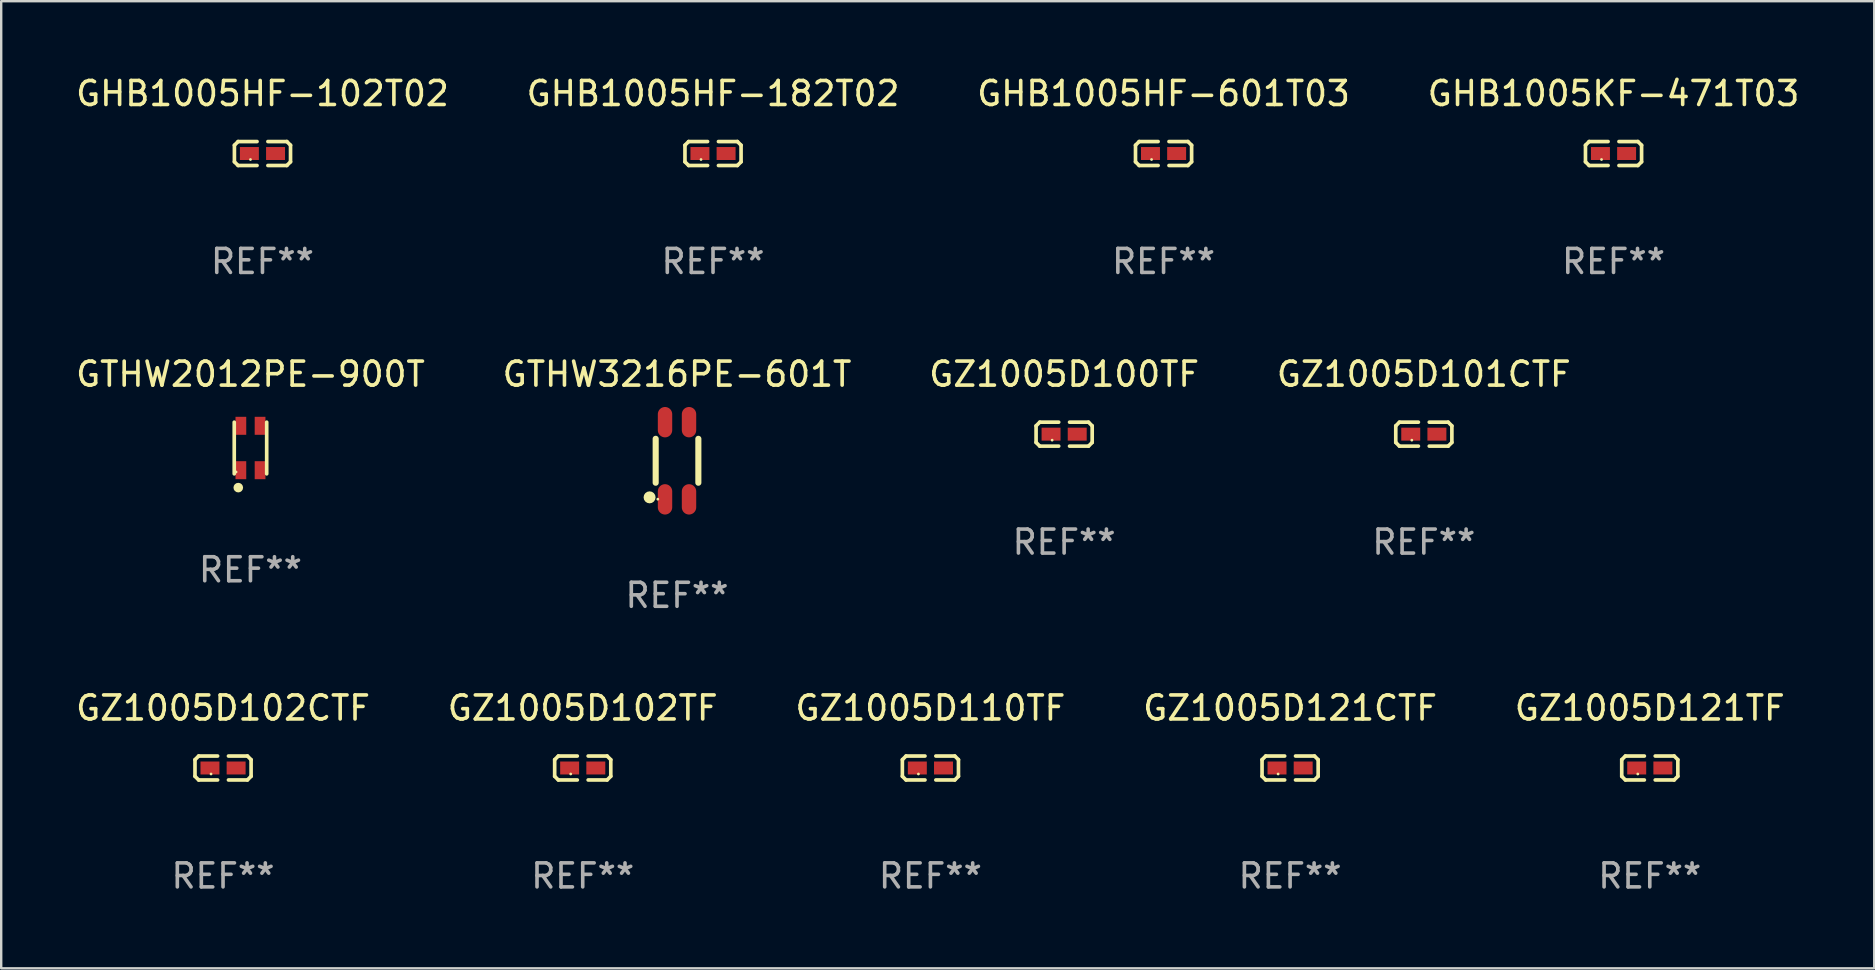
<source format=kicad_pcb>
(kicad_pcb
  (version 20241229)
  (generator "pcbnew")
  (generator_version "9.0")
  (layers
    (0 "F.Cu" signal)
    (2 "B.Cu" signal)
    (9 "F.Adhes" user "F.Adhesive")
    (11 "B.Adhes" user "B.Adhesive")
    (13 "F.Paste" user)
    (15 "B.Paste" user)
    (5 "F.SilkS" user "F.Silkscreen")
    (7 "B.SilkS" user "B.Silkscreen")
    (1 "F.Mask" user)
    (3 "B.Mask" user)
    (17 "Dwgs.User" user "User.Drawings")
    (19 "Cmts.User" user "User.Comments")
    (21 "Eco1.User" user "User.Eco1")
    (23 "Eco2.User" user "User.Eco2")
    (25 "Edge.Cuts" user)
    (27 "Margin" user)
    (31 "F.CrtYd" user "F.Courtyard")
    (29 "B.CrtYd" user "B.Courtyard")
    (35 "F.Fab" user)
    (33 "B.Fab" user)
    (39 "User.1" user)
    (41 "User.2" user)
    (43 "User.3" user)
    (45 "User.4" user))
  (footprint "GHB1005HF-102T02"
    (layer "F.Cu")
    (at 7.887 3.347)
    (property "Reference" "GHB1005HF-102T02" (at 0 -2.499 0) (layer "F.SilkS") (effects (font (size 1 1) (thickness 0.15))))
    (attr through_hole)
    (fp_line (start -1.169 -0.346) (end -1.016 -0.499) (stroke (width 0.152) (type solid)) (layer "F.SilkS"))
    (fp_line (start -1.169 0.346) (end -1.169 -0.346) (stroke (width 0.152) (type solid)) (layer "F.SilkS"))
    (fp_line (start -1.016 -0.499) (end -0.226 -0.499) (stroke (width 0.152) (type solid)) (layer "F.SilkS"))
    (fp_line (start -1.016 0.499) (end -1.169 0.346) (stroke (width 0.152) (type solid)) (layer "F.SilkS"))
    (fp_line (start -0.226 0.499) (end -1.016 0.499) (stroke (width 0.152) (type solid)) (layer "F.SilkS"))
    (fp_line (start 0.226 0.499) (end 1.016 0.499) (stroke (width 0.152) (type solid)) (layer "F.SilkS"))
    (fp_line (start 1.016 -0.499) (end 0.226 -0.499) (stroke (width 0.152) (type solid)) (layer "F.SilkS"))
    (fp_line (start 1.016 0.499) (end 1.169 0.346) (stroke (width 0.152) (type solid)) (layer "F.SilkS"))
    (fp_line (start 1.169 -0.346) (end 1.016 -0.499) (stroke (width 0.152) (type solid)) (layer "F.SilkS"))
    (fp_line (start 1.169 0.346) (end 1.169 -0.346) (stroke (width 0.152) (type solid)) (layer "F.SilkS"))
    (fp_circle (center -0.5 0.25) (end -0.47 0.25) (stroke (width 0.06) (type solid)) (fill no) (layer "F.SilkS"))
    (fp_text user "REF**" (at 0 4.499 0) (layer "F.Fab") (effects (font (size 1 1) (thickness 0.15))))
    (pad "1" smd rect (at -0.545 0) (size 0.79 0.54) (layers "F.Cu" "F.Mask" "F.Paste"))
    (pad "2" smd rect (at 0.545 0) (size 0.79 0.54) (layers "F.Cu" "F.Mask" "F.Paste")))
  (footprint "GHB1005HF-601T03"
    (layer "F.Cu")
    (at 45.435 3.347)
    (property "Reference" "GHB1005HF-601T03" (at 0 -2.499 0) (layer "F.SilkS") (effects (font (size 1 1) (thickness 0.15))))
    (attr through_hole)
    (fp_line (start -1.169 -0.346) (end -1.016 -0.499) (stroke (width 0.152) (type solid)) (layer "F.SilkS"))
    (fp_line (start -1.169 0.346) (end -1.169 -0.346) (stroke (width 0.152) (type solid)) (layer "F.SilkS"))
    (fp_line (start -1.016 -0.499) (end -0.226 -0.499) (stroke (width 0.152) (type solid)) (layer "F.SilkS"))
    (fp_line (start -1.016 0.499) (end -1.169 0.346) (stroke (width 0.152) (type solid)) (layer "F.SilkS"))
    (fp_line (start -0.226 0.499) (end -1.016 0.499) (stroke (width 0.152) (type solid)) (layer "F.SilkS"))
    (fp_line (start 0.226 0.499) (end 1.016 0.499) (stroke (width 0.152) (type solid)) (layer "F.SilkS"))
    (fp_line (start 1.016 -0.499) (end 0.226 -0.499) (stroke (width 0.152) (type solid)) (layer "F.SilkS"))
    (fp_line (start 1.016 0.499) (end 1.169 0.346) (stroke (width 0.152) (type solid)) (layer "F.SilkS"))
    (fp_line (start 1.169 -0.346) (end 1.016 -0.499) (stroke (width 0.152) (type solid)) (layer "F.SilkS"))
    (fp_line (start 1.169 0.346) (end 1.169 -0.346) (stroke (width 0.152) (type solid)) (layer "F.SilkS"))
    (fp_circle (center -0.5 0.25) (end -0.47 0.25) (stroke (width 0.06) (type solid)) (fill no) (layer "F.SilkS"))
    (fp_text user "REF**" (at 0 4.499 0) (layer "F.Fab") (effects (font (size 1 1) (thickness 0.15))))
    (pad "1" smd rect (at -0.545 0) (size 0.79 0.54) (layers "F.Cu" "F.Mask" "F.Paste"))
    (pad "2" smd rect (at 0.545 0) (size 0.79 0.54) (layers "F.Cu" "F.Mask" "F.Paste")))
  (footprint "GZ1005D121CTF"
    (layer "F.Cu")
    (at 50.708 28.952)
    (property "Reference" "GZ1005D121CTF" (at 0 -2.499 0) (layer "F.SilkS") (effects (font (size 1 1) (thickness 0.15))))
    (attr through_hole)
    (fp_line (start -1.169 -0.346) (end -1.016 -0.499) (stroke (width 0.152) (type solid)) (layer "F.SilkS"))
    (fp_line (start -1.169 0.346) (end -1.169 -0.346) (stroke (width 0.152) (type solid)) (layer "F.SilkS"))
    (fp_line (start -1.016 -0.499) (end -0.226 -0.499) (stroke (width 0.152) (type solid)) (layer "F.SilkS"))
    (fp_line (start -1.016 0.499) (end -1.169 0.346) (stroke (width 0.152) (type solid)) (layer "F.SilkS"))
    (fp_line (start -0.226 0.499) (end -1.016 0.499) (stroke (width 0.152) (type solid)) (layer "F.SilkS"))
    (fp_line (start 0.226 0.499) (end 1.016 0.499) (stroke (width 0.152) (type solid)) (layer "F.SilkS"))
    (fp_line (start 1.016 -0.499) (end 0.226 -0.499) (stroke (width 0.152) (type solid)) (layer "F.SilkS"))
    (fp_line (start 1.016 0.499) (end 1.169 0.346) (stroke (width 0.152) (type solid)) (layer "F.SilkS"))
    (fp_line (start 1.169 -0.346) (end 1.016 -0.499) (stroke (width 0.152) (type solid)) (layer "F.SilkS"))
    (fp_line (start 1.169 0.346) (end 1.169 -0.346) (stroke (width 0.152) (type solid)) (layer "F.SilkS"))
    (fp_circle (center -0.5 0.25) (end -0.47 0.25) (stroke (width 0.06) (type solid)) (fill no) (layer "F.SilkS"))
    (fp_text user "REF**" (at 0 4.499 0) (layer "F.Fab") (effects (font (size 1 1) (thickness 0.15))))
    (pad "1" smd rect (at -0.545 0) (size 0.79 0.54) (layers "F.Cu" "F.Mask" "F.Paste"))
    (pad "2" smd rect (at 0.545 0) (size 0.79 0.54) (layers "F.Cu" "F.Mask" "F.Paste")))
  (footprint "GHB1005KF-471T03"
    (layer "F.Cu")
    (at 64.185 3.347)
    (property "Reference" "GHB1005KF-471T03" (at 0 -2.499 0) (layer "F.SilkS") (effects (font (size 1 1) (thickness 0.15))))
    (attr through_hole)
    (fp_line (start -1.169 -0.346) (end -1.016 -0.499) (stroke (width 0.152) (type solid)) (layer "F.SilkS"))
    (fp_line (start -1.169 0.346) (end -1.169 -0.346) (stroke (width 0.152) (type solid)) (layer "F.SilkS"))
    (fp_line (start -1.016 -0.499) (end -0.226 -0.499) (stroke (width 0.152) (type solid)) (layer "F.SilkS"))
    (fp_line (start -1.016 0.499) (end -1.169 0.346) (stroke (width 0.152) (type solid)) (layer "F.SilkS"))
    (fp_line (start -0.226 0.499) (end -1.016 0.499) (stroke (width 0.152) (type solid)) (layer "F.SilkS"))
    (fp_line (start 0.226 0.499) (end 1.016 0.499) (stroke (width 0.152) (type solid)) (layer "F.SilkS"))
    (fp_line (start 1.016 -0.499) (end 0.226 -0.499) (stroke (width 0.152) (type solid)) (layer "F.SilkS"))
    (fp_line (start 1.016 0.499) (end 1.169 0.346) (stroke (width 0.152) (type solid)) (layer "F.SilkS"))
    (fp_line (start 1.169 -0.346) (end 1.016 -0.499) (stroke (width 0.152) (type solid)) (layer "F.SilkS"))
    (fp_line (start 1.169 0.346) (end 1.169 -0.346) (stroke (width 0.152) (type solid)) (layer "F.SilkS"))
    (fp_circle (center -0.5 0.25) (end -0.47 0.25) (stroke (width 0.06) (type solid)) (fill no) (layer "F.SilkS"))
    (fp_text user "REF**" (at 0 4.499 0) (layer "F.Fab") (effects (font (size 1 1) (thickness 0.15))))
    (pad "1" smd rect (at -0.545 0) (size 0.79 0.54) (layers "F.Cu" "F.Mask" "F.Paste"))
    (pad "2" smd rect (at 0.545 0) (size 0.79 0.54) (layers "F.Cu" "F.Mask" "F.Paste")))
  (footprint "GHB1005HF-182T02"
    (layer "F.Cu")
    (at 26.661 3.347)
    (property "Reference" "GHB1005HF-182T02" (at 0 -2.499 0) (layer "F.SilkS") (effects (font (size 1 1) (thickness 0.15))))
    (attr through_hole)
    (fp_line (start -1.169 -0.346) (end -1.016 -0.499) (stroke (width 0.152) (type solid)) (layer "F.SilkS"))
    (fp_line (start -1.169 0.346) (end -1.169 -0.346) (stroke (width 0.152) (type solid)) (layer "F.SilkS"))
    (fp_line (start -1.016 -0.499) (end -0.226 -0.499) (stroke (width 0.152) (type solid)) (layer "F.SilkS"))
    (fp_line (start -1.016 0.499) (end -1.169 0.346) (stroke (width 0.152) (type solid)) (layer "F.SilkS"))
    (fp_line (start -0.226 0.499) (end -1.016 0.499) (stroke (width 0.152) (type solid)) (layer "F.SilkS"))
    (fp_line (start 0.226 0.499) (end 1.016 0.499) (stroke (width 0.152) (type solid)) (layer "F.SilkS"))
    (fp_line (start 1.016 -0.499) (end 0.226 -0.499) (stroke (width 0.152) (type solid)) (layer "F.SilkS"))
    (fp_line (start 1.016 0.499) (end 1.169 0.346) (stroke (width 0.152) (type solid)) (layer "F.SilkS"))
    (fp_line (start 1.169 -0.346) (end 1.016 -0.499) (stroke (width 0.152) (type solid)) (layer "F.SilkS"))
    (fp_line (start 1.169 0.346) (end 1.169 -0.346) (stroke (width 0.152) (type solid)) (layer "F.SilkS"))
    (fp_circle (center -0.5 0.25) (end -0.47 0.25) (stroke (width 0.06) (type solid)) (fill no) (layer "F.SilkS"))
    (fp_text user "REF**" (at 0 4.499 0) (layer "F.Fab") (effects (font (size 1 1) (thickness 0.15))))
    (pad "1" smd rect (at -0.545 0) (size 0.79 0.54) (layers "F.Cu" "F.Mask" "F.Paste"))
    (pad "2" smd rect (at 0.545 0) (size 0.79 0.54) (layers "F.Cu" "F.Mask" "F.Paste")))
  (footprint "GZ1005D100TF"
    (layer "F.Cu")
    (at 41.292 15.041)
    (property "Reference" "GZ1005D100TF" (at 0 -2.499 0) (layer "F.SilkS") (effects (font (size 1 1) (thickness 0.15))))
    (attr through_hole)
    (fp_line (start -1.169 -0.346) (end -1.016 -0.499) (stroke (width 0.152) (type solid)) (layer "F.SilkS"))
    (fp_line (start -1.169 0.346) (end -1.169 -0.346) (stroke (width 0.152) (type solid)) (layer "F.SilkS"))
    (fp_line (start -1.016 -0.499) (end -0.226 -0.499) (stroke (width 0.152) (type solid)) (layer "F.SilkS"))
    (fp_line (start -1.016 0.499) (end -1.169 0.346) (stroke (width 0.152) (type solid)) (layer "F.SilkS"))
    (fp_line (start -0.226 0.499) (end -1.016 0.499) (stroke (width 0.152) (type solid)) (layer "F.SilkS"))
    (fp_line (start 0.226 0.499) (end 1.016 0.499) (stroke (width 0.152) (type solid)) (layer "F.SilkS"))
    (fp_line (start 1.016 -0.499) (end 0.226 -0.499) (stroke (width 0.152) (type solid)) (layer "F.SilkS"))
    (fp_line (start 1.016 0.499) (end 1.169 0.346) (stroke (width 0.152) (type solid)) (layer "F.SilkS"))
    (fp_line (start 1.169 -0.346) (end 1.016 -0.499) (stroke (width 0.152) (type solid)) (layer "F.SilkS"))
    (fp_line (start 1.169 0.346) (end 1.169 -0.346) (stroke (width 0.152) (type solid)) (layer "F.SilkS"))
    (fp_circle (center -0.5 0.25) (end -0.47 0.25) (stroke (width 0.06) (type solid)) (fill no) (layer "F.SilkS"))
    (fp_text user "REF**" (at 0 4.499 0) (layer "F.Fab") (effects (font (size 1 1) (thickness 0.15))))
    (pad "1" smd rect (at -0.545 0) (size 0.79 0.54) (layers "F.Cu" "F.Mask" "F.Paste"))
    (pad "2" smd rect (at 0.545 0) (size 0.79 0.54) (layers "F.Cu" "F.Mask" "F.Paste")))
  (footprint "GZ1005D102TF"
    (layer "F.Cu")
    (at 21.232 28.952)
    (property "Reference" "GZ1005D102TF" (at 0 -2.499 0) (layer "F.SilkS") (effects (font (size 1 1) (thickness 0.15))))
    (attr through_hole)
    (fp_line (start -1.169 -0.346) (end -1.016 -0.499) (stroke (width 0.152) (type solid)) (layer "F.SilkS"))
    (fp_line (start -1.169 0.346) (end -1.169 -0.346) (stroke (width 0.152) (type solid)) (layer "F.SilkS"))
    (fp_line (start -1.016 -0.499) (end -0.226 -0.499) (stroke (width 0.152) (type solid)) (layer "F.SilkS"))
    (fp_line (start -1.016 0.499) (end -1.169 0.346) (stroke (width 0.152) (type solid)) (layer "F.SilkS"))
    (fp_line (start -0.226 0.499) (end -1.016 0.499) (stroke (width 0.152) (type solid)) (layer "F.SilkS"))
    (fp_line (start 0.226 0.499) (end 1.016 0.499) (stroke (width 0.152) (type solid)) (layer "F.SilkS"))
    (fp_line (start 1.016 -0.499) (end 0.226 -0.499) (stroke (width 0.152) (type solid)) (layer "F.SilkS"))
    (fp_line (start 1.016 0.499) (end 1.169 0.346) (stroke (width 0.152) (type solid)) (layer "F.SilkS"))
    (fp_line (start 1.169 -0.346) (end 1.016 -0.499) (stroke (width 0.152) (type solid)) (layer "F.SilkS"))
    (fp_line (start 1.169 0.346) (end 1.169 -0.346) (stroke (width 0.152) (type solid)) (layer "F.SilkS"))
    (fp_circle (center -0.5 0.25) (end -0.47 0.25) (stroke (width 0.06) (type solid)) (fill no) (layer "F.SilkS"))
    (fp_text user "REF**" (at 0 4.499 0) (layer "F.Fab") (effects (font (size 1 1) (thickness 0.15))))
    (pad "1" smd rect (at -0.545 0) (size 0.79 0.54) (layers "F.Cu" "F.Mask" "F.Paste"))
    (pad "2" smd rect (at 0.545 0) (size 0.79 0.54) (layers "F.Cu" "F.Mask" "F.Paste")))
  (footprint "GZ1005D102CTF"
    (layer "F.Cu")
    (at 6.244 28.952)
    (property "Reference" "GZ1005D102CTF" (at 0 -2.499 0) (layer "F.SilkS") (effects (font (size 1 1) (thickness 0.15))))
    (attr through_hole)
    (fp_line (start -1.169 -0.346) (end -1.016 -0.499) (stroke (width 0.152) (type solid)) (layer "F.SilkS"))
    (fp_line (start -1.169 0.346) (end -1.169 -0.346) (stroke (width 0.152) (type solid)) (layer "F.SilkS"))
    (fp_line (start -1.016 -0.499) (end -0.226 -0.499) (stroke (width 0.152) (type solid)) (layer "F.SilkS"))
    (fp_line (start -1.016 0.499) (end -1.169 0.346) (stroke (width 0.152) (type solid)) (layer "F.SilkS"))
    (fp_line (start -0.226 0.499) (end -1.016 0.499) (stroke (width 0.152) (type solid)) (layer "F.SilkS"))
    (fp_line (start 0.226 0.499) (end 1.016 0.499) (stroke (width 0.152) (type solid)) (layer "F.SilkS"))
    (fp_line (start 1.016 -0.499) (end 0.226 -0.499) (stroke (width 0.152) (type solid)) (layer "F.SilkS"))
    (fp_line (start 1.016 0.499) (end 1.169 0.346) (stroke (width 0.152) (type solid)) (layer "F.SilkS"))
    (fp_line (start 1.169 -0.346) (end 1.016 -0.499) (stroke (width 0.152) (type solid)) (layer "F.SilkS"))
    (fp_line (start 1.169 0.346) (end 1.169 -0.346) (stroke (width 0.152) (type solid)) (layer "F.SilkS"))
    (fp_circle (center -0.5 0.25) (end -0.47 0.25) (stroke (width 0.06) (type solid)) (fill no) (layer "F.SilkS"))
    (fp_text user "REF**" (at 0 4.499 0) (layer "F.Fab") (effects (font (size 1 1) (thickness 0.15))))
    (pad "1" smd rect (at -0.545 0) (size 0.79 0.54) (layers "F.Cu" "F.Mask" "F.Paste"))
    (pad "2" smd rect (at 0.545 0) (size 0.79 0.54) (layers "F.Cu" "F.Mask" "F.Paste")))
  (footprint "GTHW2012PE-900T"
    (layer "F.Cu")
    (at 7.387 15.618)
    (property "Reference" "GTHW2012PE-900T" (at 0 -3.076 0) (layer "F.SilkS") (effects (font (size 1 1) (thickness 0.15))))
    (attr through_hole)
    (fp_line (start -0.676 1.076) (end -0.676 -1.076) (stroke (width 0.152) (type solid)) (layer "F.SilkS"))
    (fp_line (start 0.676 1.076) (end 0.676 -1.076) (stroke (width 0.152) (type solid)) (layer "F.SilkS"))
    (fp_circle (center -0.6 1) (end -0.57 1) (stroke (width 0.06) (type solid)) (fill no) (layer "F.SilkS"))
    (fp_circle (center -0.508 1.651) (end -0.408 1.651) (stroke (width 0.2) (type solid)) (fill no) (layer "F.SilkS"))
    (fp_text user "REF**" (at 0 5.076 0) (layer "F.Fab") (effects (font (size 1 1) (thickness 0.15))))
    (pad "1" smd rect (at -0.4 0.925) (size 0.448 0.75) (layers "F.Cu" "F.Mask" "F.Paste"))
    (pad "2" smd rect (at 0.4 0.925) (size 0.448 0.75) (layers "F.Cu" "F.Mask" "F.Paste"))
    (pad "3" smd rect (at 0.4 -0.925) (size 0.448 0.75) (layers "F.Cu" "F.Mask" "F.Paste"))
    (pad "4" smd rect (at -0.4 -0.925) (size 0.448 0.75) (layers "F.Cu" "F.Mask" "F.Paste")))
  (footprint "GZ1005D121TF"
    (layer "F.Cu")
    (at 65.696 28.952)
    (property "Reference" "GZ1005D121TF" (at 0 -2.499 0) (layer "F.SilkS") (effects (font (size 1 1) (thickness 0.15))))
    (attr through_hole)
    (fp_line (start -1.169 -0.346) (end -1.016 -0.499) (stroke (width 0.152) (type solid)) (layer "F.SilkS"))
    (fp_line (start -1.169 0.346) (end -1.169 -0.346) (stroke (width 0.152) (type solid)) (layer "F.SilkS"))
    (fp_line (start -1.016 -0.499) (end -0.226 -0.499) (stroke (width 0.152) (type solid)) (layer "F.SilkS"))
    (fp_line (start -1.016 0.499) (end -1.169 0.346) (stroke (width 0.152) (type solid)) (layer "F.SilkS"))
    (fp_line (start -0.226 0.499) (end -1.016 0.499) (stroke (width 0.152) (type solid)) (layer "F.SilkS"))
    (fp_line (start 0.226 0.499) (end 1.016 0.499) (stroke (width 0.152) (type solid)) (layer "F.SilkS"))
    (fp_line (start 1.016 -0.499) (end 0.226 -0.499) (stroke (width 0.152) (type solid)) (layer "F.SilkS"))
    (fp_line (start 1.016 0.499) (end 1.169 0.346) (stroke (width 0.152) (type solid)) (layer "F.SilkS"))
    (fp_line (start 1.169 -0.346) (end 1.016 -0.499) (stroke (width 0.152) (type solid)) (layer "F.SilkS"))
    (fp_line (start 1.169 0.346) (end 1.169 -0.346) (stroke (width 0.152) (type solid)) (layer "F.SilkS"))
    (fp_circle (center -0.5 0.25) (end -0.47 0.25) (stroke (width 0.06) (type solid)) (fill no) (layer "F.SilkS"))
    (fp_text user "REF**" (at 0 4.499 0) (layer "F.Fab") (effects (font (size 1 1) (thickness 0.15))))
    (pad "1" smd rect (at -0.545 0) (size 0.79 0.54) (layers "F.Cu" "F.Mask" "F.Paste"))
    (pad "2" smd rect (at 0.545 0) (size 0.79 0.54) (layers "F.Cu" "F.Mask" "F.Paste")))
  (footprint "GZ1005D101CTF"
    (layer "F.Cu")
    (at 56.28 15.041)
    (property "Reference" "GZ1005D101CTF" (at 0 -2.499 0) (layer "F.SilkS") (effects (font (size 1 1) (thickness 0.15))))
    (attr through_hole)
    (fp_line (start -1.169 -0.346) (end -1.016 -0.499) (stroke (width 0.152) (type solid)) (layer "F.SilkS"))
    (fp_line (start -1.169 0.346) (end -1.169 -0.346) (stroke (width 0.152) (type solid)) (layer "F.SilkS"))
    (fp_line (start -1.016 -0.499) (end -0.226 -0.499) (stroke (width 0.152) (type solid)) (layer "F.SilkS"))
    (fp_line (start -1.016 0.499) (end -1.169 0.346) (stroke (width 0.152) (type solid)) (layer "F.SilkS"))
    (fp_line (start -0.226 0.499) (end -1.016 0.499) (stroke (width 0.152) (type solid)) (layer "F.SilkS"))
    (fp_line (start 0.226 0.499) (end 1.016 0.499) (stroke (width 0.152) (type solid)) (layer "F.SilkS"))
    (fp_line (start 1.016 -0.499) (end 0.226 -0.499) (stroke (width 0.152) (type solid)) (layer "F.SilkS"))
    (fp_line (start 1.016 0.499) (end 1.169 0.346) (stroke (width 0.152) (type solid)) (layer "F.SilkS"))
    (fp_line (start 1.169 -0.346) (end 1.016 -0.499) (stroke (width 0.152) (type solid)) (layer "F.SilkS"))
    (fp_line (start 1.169 0.346) (end 1.169 -0.346) (stroke (width 0.152) (type solid)) (layer "F.SilkS"))
    (fp_circle (center -0.5 0.25) (end -0.47 0.25) (stroke (width 0.06) (type solid)) (fill no) (layer "F.SilkS"))
    (fp_text user "REF**" (at 0 4.499 0) (layer "F.Fab") (effects (font (size 1 1) (thickness 0.15))))
    (pad "1" smd rect (at -0.545 0) (size 0.79 0.54) (layers "F.Cu" "F.Mask" "F.Paste"))
    (pad "2" smd rect (at 0.545 0) (size 0.79 0.54) (layers "F.Cu" "F.Mask" "F.Paste")))
  (footprint "GZ1005D110TF"
    (layer "F.Cu")
    (at 35.72 28.952)
    (property "Reference" "GZ1005D110TF" (at 0 -2.499 0) (layer "F.SilkS") (effects (font (size 1 1) (thickness 0.15))))
    (attr through_hole)
    (fp_line (start -1.169 -0.346) (end -1.016 -0.499) (stroke (width 0.152) (type solid)) (layer "F.SilkS"))
    (fp_line (start -1.169 0.346) (end -1.169 -0.346) (stroke (width 0.152) (type solid)) (layer "F.SilkS"))
    (fp_line (start -1.016 -0.499) (end -0.226 -0.499) (stroke (width 0.152) (type solid)) (layer "F.SilkS"))
    (fp_line (start -1.016 0.499) (end -1.169 0.346) (stroke (width 0.152) (type solid)) (layer "F.SilkS"))
    (fp_line (start -0.226 0.499) (end -1.016 0.499) (stroke (width 0.152) (type solid)) (layer "F.SilkS"))
    (fp_line (start 0.226 0.499) (end 1.016 0.499) (stroke (width 0.152) (type solid)) (layer "F.SilkS"))
    (fp_line (start 1.016 -0.499) (end 0.226 -0.499) (stroke (width 0.152) (type solid)) (layer "F.SilkS"))
    (fp_line (start 1.016 0.499) (end 1.169 0.346) (stroke (width 0.152) (type solid)) (layer "F.SilkS"))
    (fp_line (start 1.169 -0.346) (end 1.016 -0.499) (stroke (width 0.152) (type solid)) (layer "F.SilkS"))
    (fp_line (start 1.169 0.346) (end 1.169 -0.346) (stroke (width 0.152) (type solid)) (layer "F.SilkS"))
    (fp_circle (center -0.5 0.25) (end -0.47 0.25) (stroke (width 0.06) (type solid)) (fill no) (layer "F.SilkS"))
    (fp_text user "REF**" (at 0 4.499 0) (layer "F.Fab") (effects (font (size 1 1) (thickness 0.15))))
    (pad "1" smd rect (at -0.545 0) (size 0.79 0.54) (layers "F.Cu" "F.Mask" "F.Paste"))
    (pad "2" smd rect (at 0.545 0) (size 0.79 0.54) (layers "F.Cu" "F.Mask" "F.Paste")))
  (footprint "GTHW3216PE-601T"
    (layer "F.Cu")
    (at 25.161 16.15)
    (property "Reference" "GTHW3216PE-601T" (at 0 -3.608 0) (layer "F.SilkS") (effects (font (size 1 1) (thickness 0.15))))
    (attr through_hole)
    (fp_line (start -0.889 -0.915) (end -0.889 0.915) (stroke (width 0.254) (type solid)) (layer "F.SilkS"))
    (fp_line (start 0.889 -0.915) (end 0.889 0.915) (stroke (width 0.254) (type solid)) (layer "F.SilkS"))
    (fp_circle (center -1.143 1.524) (end -1.018 1.524) (stroke (width 0.25) (type solid)) (fill no) (layer "F.SilkS"))
    (fp_circle (center -0.8 1.6) (end -0.77 1.6) (stroke (width 0.06) (type solid)) (fill no) (layer "F.SilkS"))
    (fp_text user "REF**" (at 0 5.608 0) (layer "F.Fab") (effects (font (size 1 1) (thickness 0.15))))
    (pad "1" smd oval (at -0.5 1.608) (size 0.6 1.265) (layers "F.Cu" "F.Mask" "F.Paste"))
    (pad "2" smd oval (at 0.5 1.608) (size 0.6 1.265) (layers "F.Cu" "F.Mask" "F.Paste"))
    (pad "3" smd oval (at 0.5 -1.608) (size 0.6 1.265) (layers "F.Cu" "F.Mask" "F.Paste"))
    (pad "4" smd oval (at -0.5 -1.608) (size 0.6 1.265) (layers "F.Cu" "F.Mask" "F.Paste")))
  (gr_rect
    (start -3 -3)
    (end 75.048 37.299)
    (stroke (width 0.1) (type default))
    (fill no)
    (layer "Edge.Cuts")))
</source>
